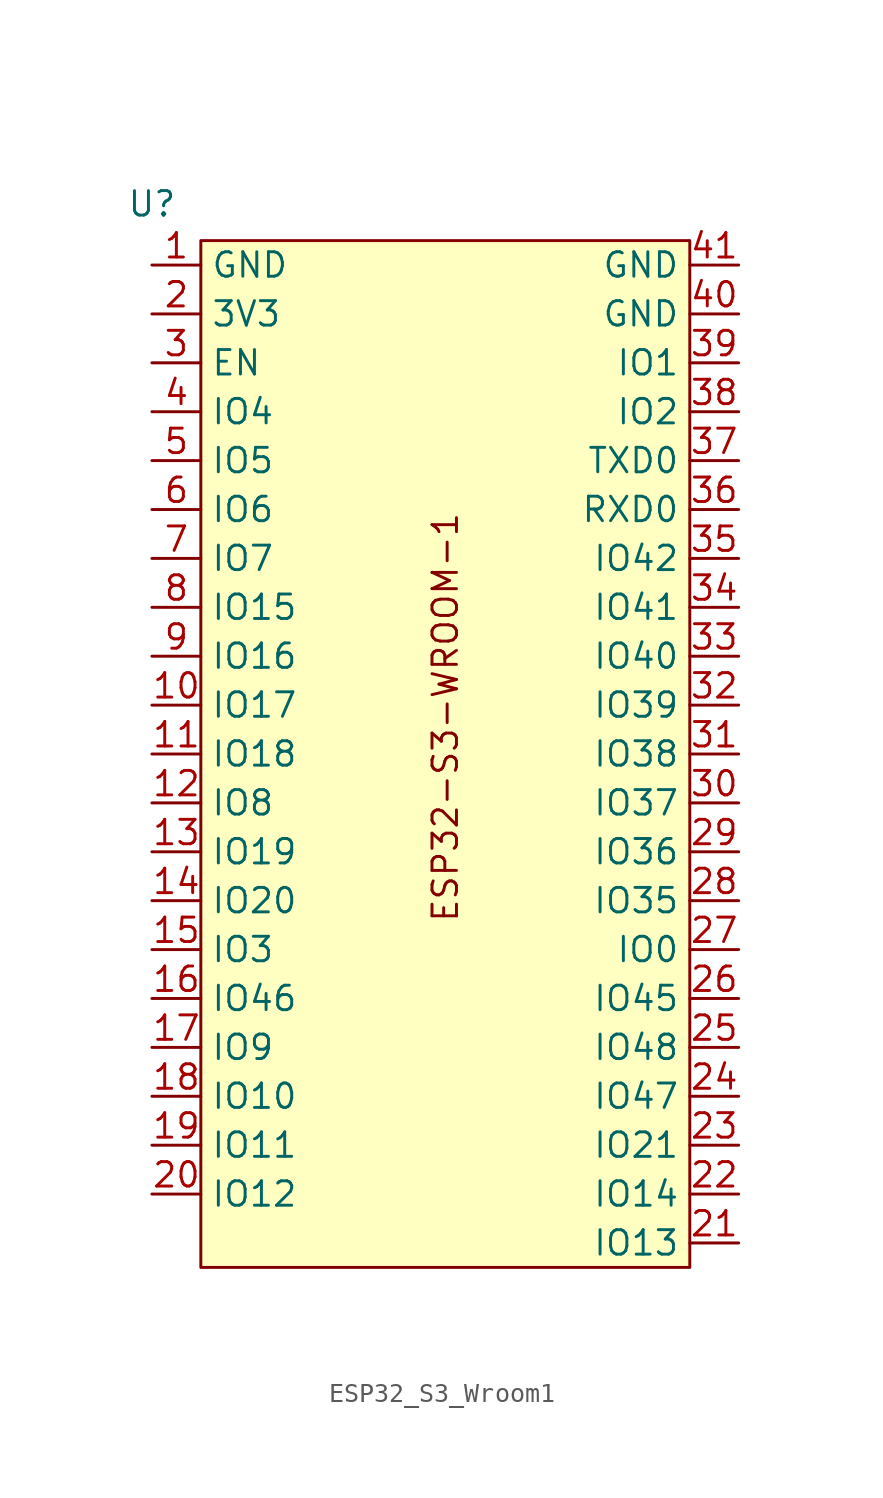
<source format=kicad_sym>
(kicad_symbol_lib
  (version 20220914)
  (generator kicad_symbol_editor)
  (symbol "ESP32_S3_Wroom1"
    (property "Reference" "U"
      (at 0 3.175 0)
      (effects (font (size 1.27 1.27))))
    (property "Value" ""
      (at 0 3.175 0)
      (effects (font (size 1.27 1.27))))
    (symbol "ESP32_S3_Wroom1_1_1"
      (rectangle (start 2.54 1.27) (end 27.94 -52.07) (stroke (width 0) (type default)) (fill (type background)))
      (text "ESP32-S3-WROOM-1" (at 15.24 -23.495 900) (effects (font (size 1.27 1.27))))
      (pin passive line (at 0 0 0) (length 2.54) (name "GND" (effects (font (size 1.27 1.27)))) (number "1" (effects (font (size 1.27 1.27)))))
      (pin passive line (at 0 -22.86 0) (length 2.54) (name "IO17" (effects (font (size 1.27 1.27)))) (number "10" (effects (font (size 1.27 1.27)))))
      (pin passive line (at 0 -25.4 0) (length 2.54) (name "IO18" (effects (font (size 1.27 1.27)))) (number "11" (effects (font (size 1.27 1.27)))))
      (pin passive line (at 0 -27.94 0) (length 2.54) (name "IO8" (effects (font (size 1.27 1.27)))) (number "12" (effects (font (size 1.27 1.27)))))
      (pin passive line (at 0 -30.48 0) (length 2.54) (name "IO19" (effects (font (size 1.27 1.27)))) (number "13" (effects (font (size 1.27 1.27)))))
      (pin passive line (at 0 -33.02 0) (length 2.54) (name "IO20" (effects (font (size 1.27 1.27)))) (number "14" (effects (font (size 1.27 1.27)))))
      (pin passive line (at 0 -35.56 0) (length 2.54) (name "IO3" (effects (font (size 1.27 1.27)))) (number "15" (effects (font (size 1.27 1.27)))))
      (pin passive line (at 0 -38.1 0) (length 2.54) (name "IO46" (effects (font (size 1.27 1.27)))) (number "16" (effects (font (size 1.27 1.27)))))
      (pin passive line (at 0 -40.64 0) (length 2.54) (name "IO9" (effects (font (size 1.27 1.27)))) (number "17" (effects (font (size 1.27 1.27)))))
      (pin passive line (at 0 -43.18 0) (length 2.54) (name "IO10" (effects (font (size 1.27 1.27)))) (number "18" (effects (font (size 1.27 1.27)))))
      (pin passive line (at 0 -45.72 0) (length 2.54) (name "IO11" (effects (font (size 1.27 1.27)))) (number "19" (effects (font (size 1.27 1.27)))))
      (pin passive line (at 0 -2.54 0) (length 2.54) (name "3V3" (effects (font (size 1.27 1.27)))) (number "2" (effects (font (size 1.27 1.27)))))
      (pin passive line (at 0 -48.26 0) (length 2.54) (name "IO12" (effects (font (size 1.27 1.27)))) (number "20" (effects (font (size 1.27 1.27)))))
      (pin passive line (at 30.48 -50.8 180) (length 2.54) (name "IO13" (effects (font (size 1.27 1.27)))) (number "21" (effects (font (size 1.27 1.27)))))
      (pin passive line (at 30.48 -48.26 180) (length 2.54) (name "IO14" (effects (font (size 1.27 1.27)))) (number "22" (effects (font (size 1.27 1.27)))))
      (pin passive line (at 30.48 -45.72 180) (length 2.54) (name "IO21" (effects (font (size 1.27 1.27)))) (number "23" (effects (font (size 1.27 1.27)))))
      (pin passive line (at 30.48 -43.18 180) (length 2.54) (name "IO47" (effects (font (size 1.27 1.27)))) (number "24" (effects (font (size 1.27 1.27)))))
      (pin passive line (at 30.48 -40.64 180) (length 2.54) (name "IO48" (effects (font (size 1.27 1.27)))) (number "25" (effects (font (size 1.27 1.27)))))
      (pin passive line (at 30.48 -38.1 180) (length 2.54) (name "IO45" (effects (font (size 1.27 1.27)))) (number "26" (effects (font (size 1.27 1.27)))))
      (pin passive line (at 30.48 -35.56 180) (length 2.54) (name "IO0" (effects (font (size 1.27 1.27)))) (number "27" (effects (font (size 1.27 1.27)))))
      (pin passive line (at 30.48 -33.02 180) (length 2.54) (name "IO35" (effects (font (size 1.27 1.27)))) (number "28" (effects (font (size 1.27 1.27)))))
      (pin passive line (at 30.48 -30.48 180) (length 2.54) (name "IO36" (effects (font (size 1.27 1.27)))) (number "29" (effects (font (size 1.27 1.27)))))
      (pin passive line (at 0 -5.08 0) (length 2.54) (name "EN" (effects (font (size 1.27 1.27)))) (number "3" (effects (font (size 1.27 1.27)))))
      (pin passive line (at 30.48 -27.94 180) (length 2.54) (name "IO37" (effects (font (size 1.27 1.27)))) (number "30" (effects (font (size 1.27 1.27)))))
      (pin passive line (at 30.48 -25.4 180) (length 2.54) (name "IO38" (effects (font (size 1.27 1.27)))) (number "31" (effects (font (size 1.27 1.27)))))
      (pin passive line (at 30.48 -22.86 180) (length 2.54) (name "IO39" (effects (font (size 1.27 1.27)))) (number "32" (effects (font (size 1.27 1.27)))))
      (pin passive line (at 30.48 -20.32 180) (length 2.54) (name "IO40" (effects (font (size 1.27 1.27)))) (number "33" (effects (font (size 1.27 1.27)))))
      (pin passive line (at 30.48 -17.78 180) (length 2.54) (name "IO41" (effects (font (size 1.27 1.27)))) (number "34" (effects (font (size 1.27 1.27)))))
      (pin passive line (at 30.48 -15.24 180) (length 2.54) (name "IO42" (effects (font (size 1.27 1.27)))) (number "35" (effects (font (size 1.27 1.27)))))
      (pin passive line (at 30.48 -12.7 180) (length 2.54) (name "RXD0" (effects (font (size 1.27 1.27)))) (number "36" (effects (font (size 1.27 1.27)))))
      (pin passive line (at 30.48 -10.16 180) (length 2.54) (name "TXD0" (effects (font (size 1.27 1.27)))) (number "37" (effects (font (size 1.27 1.27)))))
      (pin passive line (at 30.48 -7.62 180) (length 2.54) (name "IO2" (effects (font (size 1.27 1.27)))) (number "38" (effects (font (size 1.27 1.27)))))
      (pin passive line (at 30.48 -5.08 180) (length 2.54) (name "IO1" (effects (font (size 1.27 1.27)))) (number "39" (effects (font (size 1.27 1.27)))))
      (pin passive line (at 0 -7.62 0) (length 2.54) (name "IO4" (effects (font (size 1.27 1.27)))) (number "4" (effects (font (size 1.27 1.27)))))
      (pin passive line (at 30.48 -2.54 180) (length 2.54) (name "GND" (effects (font (size 1.27 1.27)))) (number "40" (effects (font (size 1.27 1.27)))))
      (pin passive line (at 30.48 0 180) (length 2.54) (name "GND" (effects (font (size 1.27 1.27)))) (number "41" (effects (font (size 1.27 1.27)))))
      (pin passive line (at 0 -10.16 0) (length 2.54) (name "IO5" (effects (font (size 1.27 1.27)))) (number "5" (effects (font (size 1.27 1.27)))))
      (pin passive line (at 0 -12.7 0) (length 2.54) (name "IO6" (effects (font (size 1.27 1.27)))) (number "6" (effects (font (size 1.27 1.27)))))
      (pin passive line (at 0 -15.24 0) (length 2.54) (name "IO7" (effects (font (size 1.27 1.27)))) (number "7" (effects (font (size 1.27 1.27)))))
      (pin passive line (at 0 -17.78 0) (length 2.54) (name "IO15" (effects (font (size 1.27 1.27)))) (number "8" (effects (font (size 1.27 1.27)))))
      (pin passive line (at 0 -20.32 0) (length 2.54) (name "IO16" (effects (font (size 1.27 1.27)))) (number "9" (effects (font (size 1.27 1.27))))))))
</source>
